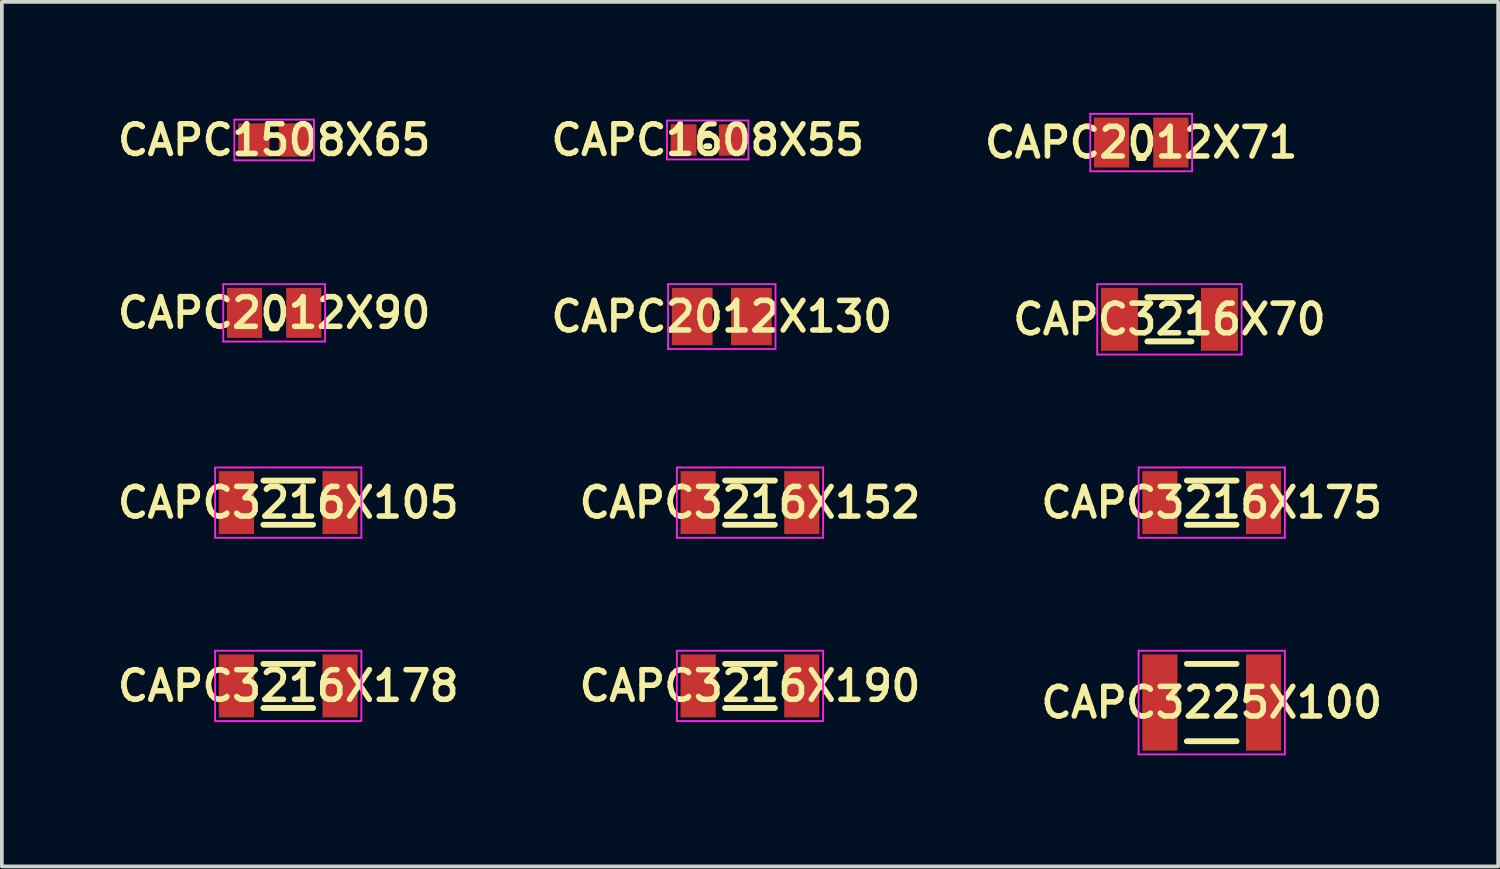
<source format=kicad_pcb>
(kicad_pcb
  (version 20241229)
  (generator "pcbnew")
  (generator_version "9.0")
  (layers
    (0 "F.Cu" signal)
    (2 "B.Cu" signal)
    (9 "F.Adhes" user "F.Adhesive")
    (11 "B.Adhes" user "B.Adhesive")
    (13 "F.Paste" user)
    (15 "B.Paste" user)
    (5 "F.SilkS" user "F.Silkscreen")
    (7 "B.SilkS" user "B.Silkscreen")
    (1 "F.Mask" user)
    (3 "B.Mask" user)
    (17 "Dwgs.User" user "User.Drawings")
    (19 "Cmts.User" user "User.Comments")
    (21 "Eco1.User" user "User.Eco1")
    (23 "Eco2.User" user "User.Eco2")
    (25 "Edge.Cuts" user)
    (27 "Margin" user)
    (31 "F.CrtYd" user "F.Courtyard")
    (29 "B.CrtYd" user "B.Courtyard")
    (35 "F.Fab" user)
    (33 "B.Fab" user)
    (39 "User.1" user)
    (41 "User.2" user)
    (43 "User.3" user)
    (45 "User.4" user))
  (footprint "CAPC3216X152"
    (layer "F.Cu")
    (at 17.206 10.525)
    (property "Reference" "CAPC3216X152" (at 0 0 0) (layer "F.SilkS") (effects (font (size 0.8 0.8) (thickness 0.15))))
    (attr smd)
    (fp_line (start -0.671 -0.596) (end 0.671 -0.596) (stroke (width 0.15) (type solid)) (layer "F.SilkS"))
    (fp_line (start -0.671 0.596) (end 0.671 0.596) (stroke (width 0.15) (type solid)) (layer "F.SilkS"))
    (fp_line (start 0.671 -0.596) (end -0.671 -0.596) (stroke (width 0.15) (type solid)) (layer "F.SilkS"))
    (fp_line (start 0.671 0.596) (end -0.671 0.596) (stroke (width 0.15) (type solid)) (layer "F.SilkS"))
    (fp_line (start -1.975 -0.95) (end 1.975 -0.95) (stroke (width 0.05) (type solid)) (layer "F.CrtYd"))
    (fp_line (start -1.975 0.95) (end -1.975 -0.95) (stroke (width 0.05) (type solid)) (layer "F.CrtYd"))
    (fp_line (start 1.975 -0.95) (end 1.975 0.95) (stroke (width 0.05) (type solid)) (layer "F.CrtYd"))
    (fp_line (start 1.975 0.95) (end -1.975 0.95) (stroke (width 0.05) (type solid)) (layer "F.CrtYd"))
    (pad "1" smd rect (at -1.4 0) (size 0.95 1.7) (layers "F.Cu" "F.Mask" "F.Paste"))
    (pad "2" smd rect (at 1.4 0) (size 0.95 1.7) (layers "F.Cu" "F.Mask" "F.Paste")))
  (footprint "CAPC3225X100"
    (layer "F.Cu")
    (at 29.677 15.925)
    (property "Reference" "CAPC3225X100" (at 0 0 0) (layer "F.SilkS") (effects (font (size 0.8 0.8) (thickness 0.15))))
    (attr smd)
    (fp_line (start -0.671 -1.046) (end 0.671 -1.046) (stroke (width 0.15) (type solid)) (layer "F.SilkS"))
    (fp_line (start -0.671 1.046) (end 0.671 1.046) (stroke (width 0.15) (type solid)) (layer "F.SilkS"))
    (fp_line (start 0.671 -1.046) (end -0.671 -1.046) (stroke (width 0.15) (type solid)) (layer "F.SilkS"))
    (fp_line (start 0.671 1.046) (end -0.671 1.046) (stroke (width 0.15) (type solid)) (layer "F.SilkS"))
    (fp_line (start -1.975 -1.4) (end 1.975 -1.4) (stroke (width 0.05) (type solid)) (layer "F.CrtYd"))
    (fp_line (start -1.975 1.4) (end -1.975 -1.4) (stroke (width 0.05) (type solid)) (layer "F.CrtYd"))
    (fp_line (start 1.975 -1.4) (end 1.975 1.4) (stroke (width 0.05) (type solid)) (layer "F.CrtYd"))
    (fp_line (start 1.975 1.4) (end -1.975 1.4) (stroke (width 0.05) (type solid)) (layer "F.CrtYd"))
    (pad "1" smd rect (at -1.4 0) (size 0.95 2.6) (layers "F.Cu" "F.Mask" "F.Paste"))
    (pad "2" smd rect (at 1.4 0) (size 0.95 2.6) (layers "F.Cu" "F.Mask" "F.Paste")))
  (footprint "CAPC2012X130"
    (layer "F.Cu")
    (at 16.445 5.5)
    (property "Reference" "CAPC2012X130" (at 0 0 0) (layer "F.SilkS") (effects (font (size 0.8 0.8) (thickness 0.15))))
    (attr smd)
    (fp_line (start -1.45 -0.875) (end 1.45 -0.875) (stroke (width 0.05) (type solid)) (layer "F.CrtYd"))
    (fp_line (start -1.45 0.875) (end -1.45 -0.875) (stroke (width 0.05) (type solid)) (layer "F.CrtYd"))
    (fp_line (start 1.45 -0.875) (end 1.45 0.875) (stroke (width 0.05) (type solid)) (layer "F.CrtYd"))
    (fp_line (start 1.45 0.875) (end -1.45 0.875) (stroke (width 0.05) (type solid)) (layer "F.CrtYd"))
    (pad "1" smd rect (at -0.8 0) (size 1.1 1.55) (layers "F.Cu" "F.Mask" "F.Paste"))
    (pad "2" smd rect (at 0.8 0) (size 1.1 1.55) (layers "F.Cu" "F.Mask" "F.Paste")))
  (footprint "CAPC2012X71"
    (layer "F.Cu")
    (at 27.773 0.8)
    (property "Reference" "CAPC2012X71" (at 0 0 0) (layer "F.SilkS") (effects (font (size 0.8 0.8) (thickness 0.15))))
    (attr smd)
    (fp_line (start -0.071 -0.421) (end 0.071 -0.421) (stroke (width 0.15) (type solid)) (layer "F.SilkS"))
    (fp_line (start -0.071 0.421) (end 0.071 0.421) (stroke (width 0.15) (type solid)) (layer "F.SilkS"))
    (fp_line (start 0.071 -0.421) (end -0.071 -0.421) (stroke (width 0.15) (type solid)) (layer "F.SilkS"))
    (fp_line (start 0.071 0.421) (end -0.071 0.421) (stroke (width 0.15) (type solid)) (layer "F.SilkS"))
    (fp_line (start -1.375 -0.775) (end 1.375 -0.775) (stroke (width 0.05) (type solid)) (layer "F.CrtYd"))
    (fp_line (start -1.375 0.775) (end -1.375 -0.775) (stroke (width 0.05) (type solid)) (layer "F.CrtYd"))
    (fp_line (start 1.375 -0.775) (end 1.375 0.775) (stroke (width 0.05) (type solid)) (layer "F.CrtYd"))
    (fp_line (start 1.375 0.775) (end -1.375 0.775) (stroke (width 0.05) (type solid)) (layer "F.CrtYd"))
    (pad "1" smd rect (at -0.8 0) (size 0.95 1.35) (layers "F.Cu" "F.Mask" "F.Paste"))
    (pad "2" smd rect (at 0.8 0) (size 0.95 1.35) (layers "F.Cu" "F.Mask" "F.Paste")))
  (footprint "CAPC3216X105"
    (layer "F.Cu")
    (at 4.735 10.525)
    (property "Reference" "CAPC3216X105" (at 0 0 0) (layer "F.SilkS") (effects (font (size 0.8 0.8) (thickness 0.15))))
    (attr smd)
    (fp_line (start -0.671 -0.596) (end 0.671 -0.596) (stroke (width 0.15) (type solid)) (layer "F.SilkS"))
    (fp_line (start -0.671 0.596) (end 0.671 0.596) (stroke (width 0.15) (type solid)) (layer "F.SilkS"))
    (fp_line (start 0.671 -0.596) (end -0.671 -0.596) (stroke (width 0.15) (type solid)) (layer "F.SilkS"))
    (fp_line (start 0.671 0.596) (end -0.671 0.596) (stroke (width 0.15) (type solid)) (layer "F.SilkS"))
    (fp_line (start -1.975 -0.95) (end 1.975 -0.95) (stroke (width 0.05) (type solid)) (layer "F.CrtYd"))
    (fp_line (start -1.975 0.95) (end -1.975 -0.95) (stroke (width 0.05) (type solid)) (layer "F.CrtYd"))
    (fp_line (start 1.975 -0.95) (end 1.975 0.95) (stroke (width 0.05) (type solid)) (layer "F.CrtYd"))
    (fp_line (start 1.975 0.95) (end -1.975 0.95) (stroke (width 0.05) (type solid)) (layer "F.CrtYd"))
    (pad "1" smd rect (at -1.4 0) (size 0.95 1.7) (layers "F.Cu" "F.Mask" "F.Paste"))
    (pad "2" smd rect (at 1.4 0) (size 0.95 1.7) (layers "F.Cu" "F.Mask" "F.Paste")))
  (footprint "CAPC1608X55"
    (layer "F.Cu")
    (at 16.064 0.731)
    (property "Reference" "CAPC1608X55" (at 0 0 0) (layer "F.SilkS") (effects (font (size 0.8 0.8) (thickness 0.15))))
    (attr smd)
    (fp_line (start -0.046 -0.171) (end 0.046 -0.171) (stroke (width 0.15) (type solid)) (layer "F.SilkS"))
    (fp_line (start -0.046 0.171) (end 0.046 0.171) (stroke (width 0.15) (type solid)) (layer "F.SilkS"))
    (fp_line (start 0.046 -0.171) (end -0.046 -0.171) (stroke (width 0.15) (type solid)) (layer "F.SilkS"))
    (fp_line (start 0.046 0.171) (end -0.046 0.171) (stroke (width 0.15) (type solid)) (layer "F.SilkS"))
    (fp_line (start -1.1 -0.525) (end 1.1 -0.525) (stroke (width 0.05) (type solid)) (layer "F.CrtYd"))
    (fp_line (start -1.1 0.525) (end -1.1 -0.525) (stroke (width 0.05) (type solid)) (layer "F.CrtYd"))
    (fp_line (start 1.1 -0.525) (end 1.1 0.525) (stroke (width 0.05) (type solid)) (layer "F.CrtYd"))
    (fp_line (start 1.1 0.525) (end -1.1 0.525) (stroke (width 0.05) (type solid)) (layer "F.CrtYd"))
    (pad "1" smd rect (at -0.65 0) (size 0.7 0.85) (layers "F.Cu" "F.Mask" "F.Paste"))
    (pad "2" smd rect (at 0.65 0) (size 0.7 0.85) (layers "F.Cu" "F.Mask" "F.Paste")))
  (footprint "CAPC1508X65"
    (layer "F.Cu")
    (at 4.355 0.731)
    (property "Reference" "CAPC1508X65" (at 0 0 0) (layer "F.SilkS") (effects (font (size 0.8 0.8) (thickness 0.15))))
    (attr smd)
    (fp_line (start -1.075 -0.55) (end 1.075 -0.55) (stroke (width 0.05) (type solid)) (layer "F.CrtYd"))
    (fp_line (start -1.075 0.55) (end -1.075 -0.55) (stroke (width 0.05) (type solid)) (layer "F.CrtYd"))
    (fp_line (start 1.075 -0.55) (end 1.075 0.55) (stroke (width 0.05) (type solid)) (layer "F.CrtYd"))
    (fp_line (start 1.075 0.55) (end -1.075 0.55) (stroke (width 0.05) (type solid)) (layer "F.CrtYd"))
    (pad "1" smd rect (at -0.55 0) (size 0.85 0.9) (layers "F.Cu" "F.Mask" "F.Paste"))
    (pad "2" smd rect (at 0.55 0) (size 0.85 0.9) (layers "F.Cu" "F.Mask" "F.Paste")))
  (footprint "CAPC2012X90"
    (layer "F.Cu")
    (at 4.355 5.4)
    (property "Reference" "CAPC2012X90" (at 0 0 0) (layer "F.SilkS") (effects (font (size 0.8 0.8) (thickness 0.15))))
    (attr smd)
    (fp_line (start -0.071 -0.421) (end 0.071 -0.421) (stroke (width 0.15) (type solid)) (layer "F.SilkS"))
    (fp_line (start -0.071 0.421) (end 0.071 0.421) (stroke (width 0.15) (type solid)) (layer "F.SilkS"))
    (fp_line (start 0.071 -0.421) (end -0.071 -0.421) (stroke (width 0.15) (type solid)) (layer "F.SilkS"))
    (fp_line (start 0.071 0.421) (end -0.071 0.421) (stroke (width 0.15) (type solid)) (layer "F.SilkS"))
    (fp_line (start -1.375 -0.775) (end 1.375 -0.775) (stroke (width 0.05) (type solid)) (layer "F.CrtYd"))
    (fp_line (start -1.375 0.775) (end -1.375 -0.775) (stroke (width 0.05) (type solid)) (layer "F.CrtYd"))
    (fp_line (start 1.375 -0.775) (end 1.375 0.775) (stroke (width 0.05) (type solid)) (layer "F.CrtYd"))
    (fp_line (start 1.375 0.775) (end -1.375 0.775) (stroke (width 0.05) (type solid)) (layer "F.CrtYd"))
    (pad "1" smd rect (at -0.8 0) (size 0.95 1.35) (layers "F.Cu" "F.Mask" "F.Paste"))
    (pad "2" smd rect (at 0.8 0) (size 0.95 1.35) (layers "F.Cu" "F.Mask" "F.Paste")))
  (footprint "CAPC3216X70"
    (layer "F.Cu")
    (at 28.535 5.575)
    (property "Reference" "CAPC3216X70" (at 0 0 0) (layer "F.SilkS") (effects (font (size 0.8 0.8) (thickness 0.15))))
    (attr smd)
    (fp_line (start -0.596 -0.596) (end 0.596 -0.596) (stroke (width 0.15) (type solid)) (layer "F.SilkS"))
    (fp_line (start -0.596 0.596) (end 0.596 0.596) (stroke (width 0.15) (type solid)) (layer "F.SilkS"))
    (fp_line (start 0.596 -0.596) (end -0.596 -0.596) (stroke (width 0.15) (type solid)) (layer "F.SilkS"))
    (fp_line (start 0.596 0.596) (end -0.596 0.596) (stroke (width 0.15) (type solid)) (layer "F.SilkS"))
    (fp_line (start -1.95 -0.95) (end 1.95 -0.95) (stroke (width 0.05) (type solid)) (layer "F.CrtYd"))
    (fp_line (start -1.95 0.95) (end -1.95 -0.95) (stroke (width 0.05) (type solid)) (layer "F.CrtYd"))
    (fp_line (start 1.95 -0.95) (end 1.95 0.95) (stroke (width 0.05) (type solid)) (layer "F.CrtYd"))
    (fp_line (start 1.95 0.95) (end -1.95 0.95) (stroke (width 0.05) (type solid)) (layer "F.CrtYd"))
    (pad "1" smd rect (at -1.35 0) (size 1 1.7) (layers "F.Cu" "F.Mask" "F.Paste"))
    (pad "2" smd rect (at 1.35 0) (size 1 1.7) (layers "F.Cu" "F.Mask" "F.Paste")))
  (footprint "CAPC3216X175"
    (layer "F.Cu")
    (at 29.677 10.525)
    (property "Reference" "CAPC3216X175" (at 0 0 0) (layer "F.SilkS") (effects (font (size 0.8 0.8) (thickness 0.15))))
    (attr smd)
    (fp_line (start -0.671 -0.596) (end 0.671 -0.596) (stroke (width 0.15) (type solid)) (layer "F.SilkS"))
    (fp_line (start -0.671 0.596) (end 0.671 0.596) (stroke (width 0.15) (type solid)) (layer "F.SilkS"))
    (fp_line (start 0.671 -0.596) (end -0.671 -0.596) (stroke (width 0.15) (type solid)) (layer "F.SilkS"))
    (fp_line (start 0.671 0.596) (end -0.671 0.596) (stroke (width 0.15) (type solid)) (layer "F.SilkS"))
    (fp_line (start -1.975 -0.95) (end 1.975 -0.95) (stroke (width 0.05) (type solid)) (layer "F.CrtYd"))
    (fp_line (start -1.975 0.95) (end -1.975 -0.95) (stroke (width 0.05) (type solid)) (layer "F.CrtYd"))
    (fp_line (start 1.975 -0.95) (end 1.975 0.95) (stroke (width 0.05) (type solid)) (layer "F.CrtYd"))
    (fp_line (start 1.975 0.95) (end -1.975 0.95) (stroke (width 0.05) (type solid)) (layer "F.CrtYd"))
    (pad "1" smd rect (at -1.4 0) (size 0.95 1.7) (layers "F.Cu" "F.Mask" "F.Paste"))
    (pad "2" smd rect (at 1.4 0) (size 0.95 1.7) (layers "F.Cu" "F.Mask" "F.Paste")))
  (footprint "CAPC3216X190"
    (layer "F.Cu")
    (at 17.206 15.475)
    (property "Reference" "CAPC3216X190" (at 0 0 0) (layer "F.SilkS") (effects (font (size 0.8 0.8) (thickness 0.15))))
    (attr smd)
    (fp_line (start -0.671 -0.596) (end 0.671 -0.596) (stroke (width 0.15) (type solid)) (layer "F.SilkS"))
    (fp_line (start -0.671 0.596) (end 0.671 0.596) (stroke (width 0.15) (type solid)) (layer "F.SilkS"))
    (fp_line (start 0.671 -0.596) (end -0.671 -0.596) (stroke (width 0.15) (type solid)) (layer "F.SilkS"))
    (fp_line (start 0.671 0.596) (end -0.671 0.596) (stroke (width 0.15) (type solid)) (layer "F.SilkS"))
    (fp_line (start -1.975 -0.95) (end 1.975 -0.95) (stroke (width 0.05) (type solid)) (layer "F.CrtYd"))
    (fp_line (start -1.975 0.95) (end -1.975 -0.95) (stroke (width 0.05) (type solid)) (layer "F.CrtYd"))
    (fp_line (start 1.975 -0.95) (end 1.975 0.95) (stroke (width 0.05) (type solid)) (layer "F.CrtYd"))
    (fp_line (start 1.975 0.95) (end -1.975 0.95) (stroke (width 0.05) (type solid)) (layer "F.CrtYd"))
    (pad "1" smd rect (at -1.4 0) (size 0.95 1.7) (layers "F.Cu" "F.Mask" "F.Paste"))
    (pad "2" smd rect (at 1.4 0) (size 0.95 1.7) (layers "F.Cu" "F.Mask" "F.Paste")))
  (footprint "CAPC3216X178"
    (layer "F.Cu")
    (at 4.735 15.475)
    (property "Reference" "CAPC3216X178" (at 0 0 0) (layer "F.SilkS") (effects (font (size 0.8 0.8) (thickness 0.15))))
    (attr smd)
    (fp_line (start -0.671 -0.596) (end 0.671 -0.596) (stroke (width 0.15) (type solid)) (layer "F.SilkS"))
    (fp_line (start -0.671 0.596) (end 0.671 0.596) (stroke (width 0.15) (type solid)) (layer "F.SilkS"))
    (fp_line (start 0.671 -0.596) (end -0.671 -0.596) (stroke (width 0.15) (type solid)) (layer "F.SilkS"))
    (fp_line (start 0.671 0.596) (end -0.671 0.596) (stroke (width 0.15) (type solid)) (layer "F.SilkS"))
    (fp_line (start -1.975 -0.95) (end 1.975 -0.95) (stroke (width 0.05) (type solid)) (layer "F.CrtYd"))
    (fp_line (start -1.975 0.95) (end -1.975 -0.95) (stroke (width 0.05) (type solid)) (layer "F.CrtYd"))
    (fp_line (start 1.975 -0.95) (end 1.975 0.95) (stroke (width 0.05) (type solid)) (layer "F.CrtYd"))
    (fp_line (start 1.975 0.95) (end -1.975 0.95) (stroke (width 0.05) (type solid)) (layer "F.CrtYd"))
    (pad "1" smd rect (at -1.4 0) (size 0.95 1.7) (layers "F.Cu" "F.Mask" "F.Paste"))
    (pad "2" smd rect (at 1.4 0) (size 0.95 1.7) (layers "F.Cu" "F.Mask" "F.Paste")))
  (gr_rect
    (start -3 -3)
    (end 37.413 20.35)
    (stroke (width 0.1) (type default))
    (fill no)
    (layer "Edge.Cuts")))
</source>
